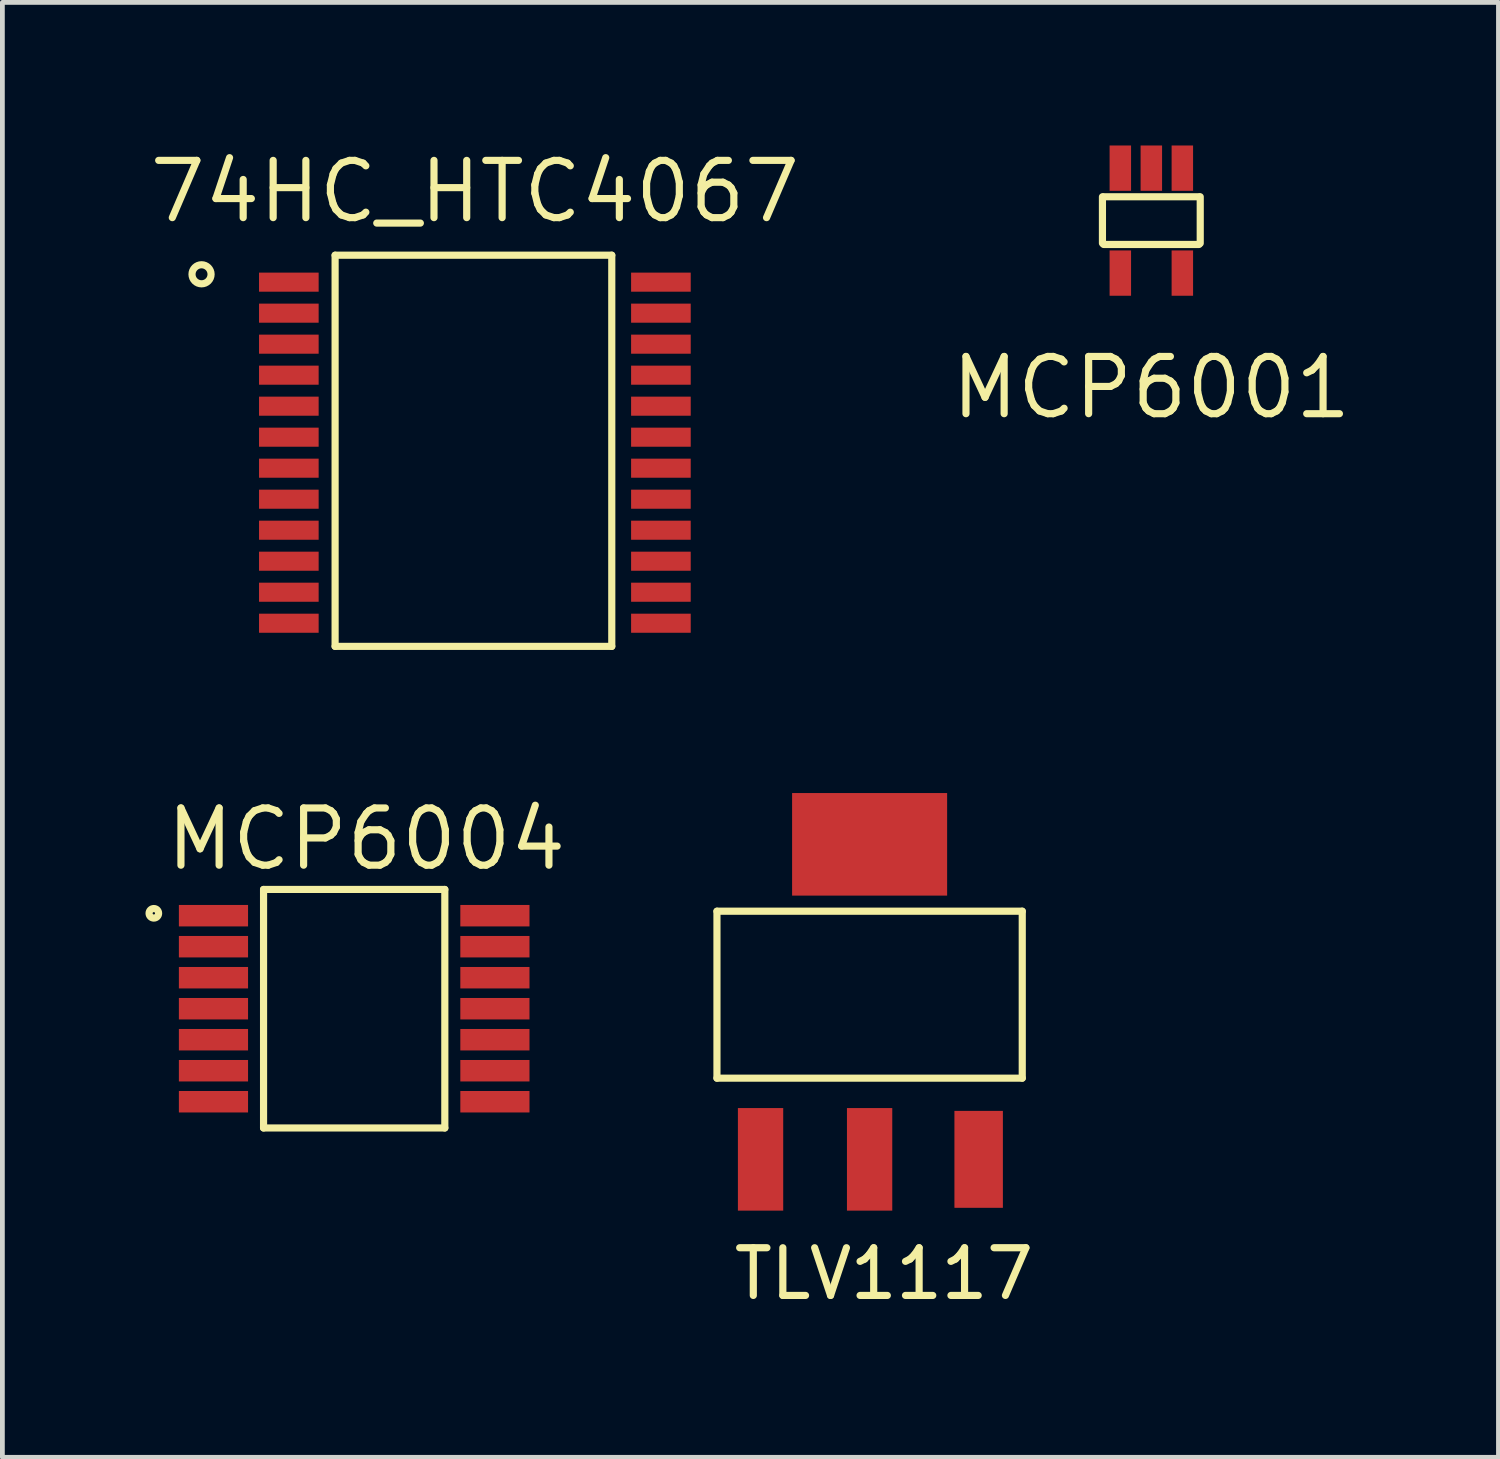
<source format=kicad_pcb>
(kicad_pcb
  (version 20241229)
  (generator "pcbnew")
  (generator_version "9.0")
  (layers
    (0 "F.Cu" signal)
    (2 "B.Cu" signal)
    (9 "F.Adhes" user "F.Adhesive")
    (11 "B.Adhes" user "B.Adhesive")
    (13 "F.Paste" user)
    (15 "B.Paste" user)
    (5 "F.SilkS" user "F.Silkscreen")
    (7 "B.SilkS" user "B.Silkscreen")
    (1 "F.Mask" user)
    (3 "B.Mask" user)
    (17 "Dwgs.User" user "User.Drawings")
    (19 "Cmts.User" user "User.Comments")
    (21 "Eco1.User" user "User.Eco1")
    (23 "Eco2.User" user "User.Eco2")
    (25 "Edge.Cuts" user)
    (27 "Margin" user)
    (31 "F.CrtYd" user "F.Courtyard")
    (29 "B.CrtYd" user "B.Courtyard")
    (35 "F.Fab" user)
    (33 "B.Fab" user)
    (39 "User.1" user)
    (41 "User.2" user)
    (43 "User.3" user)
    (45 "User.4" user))
  (footprint "74HC_HTC4067"
    (layer "F.Cu")
    (at 6.975 6.5)
    (property "Reference" "74HC_HTC4067" (at -0.07 -5.535 0) (layer "F.SilkS") (effects (font (size 1.2 1.2) (thickness 0.15))))
    (attr through_hole)
    (fp_line (start -3 -4.2) (end 2.8 -4.2) (stroke (width 0.15) (type solid)) (layer "F.SilkS"))
    (fp_line (start -3 4) (end -3 -4.2) (stroke (width 0.15) (type solid)) (layer "F.SilkS"))
    (fp_line (start -3 4) (end 2.8 4) (stroke (width 0.15) (type solid)) (layer "F.SilkS"))
    (fp_line (start 2.8 4) (end 2.8 -4.2) (stroke (width 0.15) (type solid)) (layer "F.SilkS"))
    (fp_circle (center -5.8 -3.8) (end -5.6 -3.8) (stroke (width 0.15) (type solid)) (fill no) (layer "F.SilkS"))
    (pad "1" smd rect (at -3.97 -3.635 270) (size 0.4 1.25) (layers "F.Cu" "F.Mask" "F.Paste"))
    (pad "2" smd rect (at -3.97 -2.985 270) (size 0.4 1.25) (layers "F.Cu" "F.Mask" "F.Paste"))
    (pad "3" smd rect (at -3.97 -2.335 270) (size 0.4 1.25) (layers "F.Cu" "F.Mask" "F.Paste"))
    (pad "4" smd rect (at -3.97 -1.685 270) (size 0.4 1.25) (layers "F.Cu" "F.Mask" "F.Paste"))
    (pad "5" smd rect (at -3.97 -1.035 270) (size 0.4 1.25) (layers "F.Cu" "F.Mask" "F.Paste"))
    (pad "6" smd rect (at -3.97 -0.385 270) (size 0.4 1.25) (layers "F.Cu" "F.Mask" "F.Paste"))
    (pad "7" smd rect (at -3.97 0.265 270) (size 0.4 1.25) (layers "F.Cu" "F.Mask" "F.Paste"))
    (pad "8" smd rect (at -3.97 0.915 270) (size 0.4 1.25) (layers "F.Cu" "F.Mask" "F.Paste"))
    (pad "9" smd rect (at -3.97 1.565 270) (size 0.4 1.25) (layers "F.Cu" "F.Mask" "F.Paste"))
    (pad "10" smd rect (at -3.97 2.215 270) (size 0.4 1.25) (layers "F.Cu" "F.Mask" "F.Paste"))
    (pad "11" smd rect (at -3.97 2.865 270) (size 0.4 1.25) (layers "F.Cu" "F.Mask" "F.Paste"))
    (pad "12" smd rect (at -3.97 3.515 270) (size 0.4 1.25) (layers "F.Cu" "F.Mask" "F.Paste"))
    (pad "13" smd rect (at 3.83 3.515 270) (size 0.4 1.25) (layers "F.Cu" "F.Mask" "F.Paste"))
    (pad "14" smd rect (at 3.83 2.865 270) (size 0.4 1.25) (layers "F.Cu" "F.Mask" "F.Paste"))
    (pad "15" smd rect (at 3.83 2.215 270) (size 0.4 1.25) (layers "F.Cu" "F.Mask" "F.Paste"))
    (pad "16" smd rect (at 3.83 1.565 270) (size 0.4 1.25) (layers "F.Cu" "F.Mask" "F.Paste"))
    (pad "17" smd rect (at 3.83 0.915 270) (size 0.4 1.25) (layers "F.Cu" "F.Mask" "F.Paste"))
    (pad "18" smd rect (at 3.83 0.265 270) (size 0.4 1.25) (layers "F.Cu" "F.Mask" "F.Paste"))
    (pad "19" smd rect (at 3.83 -0.385 270) (size 0.4 1.25) (layers "F.Cu" "F.Mask" "F.Paste"))
    (pad "20" smd rect (at 3.83 -1.035 270) (size 0.4 1.25) (layers "F.Cu" "F.Mask" "F.Paste"))
    (pad "21" smd rect (at 3.83 -1.685 270) (size 0.4 1.25) (layers "F.Cu" "F.Mask" "F.Paste"))
    (pad "22" smd rect (at 3.83 -2.335 270) (size 0.4 1.25) (layers "F.Cu" "F.Mask" "F.Paste"))
    (pad "23" smd rect (at 3.83 -2.985 270) (size 0.4 1.25) (layers "F.Cu" "F.Mask" "F.Paste"))
    (pad "24" smd rect (at 3.83 -3.635 270) (size 0.4 1.25) (layers "F.Cu" "F.Mask" "F.Paste")))
  (footprint "TLV1117"
    (layer "F.Cu")
    (at 15.18 17.952)
    (property "Reference" "TLV1117" (at 0.3 5.7 0) (layer "F.SilkS") (effects (font (size 1 1) (thickness 0.15))))
    (attr smd)
    (fp_line (start -3.2 -1.9) (end 3.2 -1.9) (stroke (width 0.15) (type solid)) (layer "F.SilkS"))
    (fp_line (start -3.2 1.6) (end -3.2 -1.9) (stroke (width 0.15) (type solid)) (layer "F.SilkS"))
    (fp_line (start -3.2 1.6) (end 3.2 1.6) (stroke (width 0.15) (type solid)) (layer "F.SilkS"))
    (fp_line (start 3.2 -1.9) (end 3.2 1.6) (stroke (width 0.15) (type solid)) (layer "F.SilkS"))
    (pad "1" smd rect (at -2.286 3.302) (size 0.95 2.15) (layers "F.Cu" "F.Mask" "F.Paste"))
    (pad "2" smd rect (at 0 3.302) (size 0.95 2.15) (layers "F.Cu" "F.Mask" "F.Paste"))
    (pad "3" smd rect (at 2.286 3.302) (size 1.016 2.032) (layers "F.Cu" "F.Mask" "F.Paste"))
    (pad "4" smd rect (at 0 -3.302) (size 3.25 2.15) (layers "F.Cu" "F.Mask" "F.Paste")))
  (footprint "MCP6004"
    (layer "F.Cu")
    (at 4.375 18.096)
    (property "Reference" "MCP6004" (at 0.254 -3.556 0) (layer "F.SilkS") (effects (font (size 1.2 1.2) (thickness 0.15))))
    (attr through_hole)
    (fp_line (start -1.9 2.5) (end -1.9 -2.5) (stroke (width 0.15) (type solid)) (layer "F.SilkS"))
    (fp_line (start 1.9 -2.5) (end -1.9 -2.5) (stroke (width 0.15) (type solid)) (layer "F.SilkS"))
    (fp_line (start 1.9 2.5) (end -1.9 2.5) (stroke (width 0.15) (type solid)) (layer "F.SilkS"))
    (fp_line (start 1.9 2.5) (end 1.9 -2.5) (stroke (width 0.15) (type solid)) (layer "F.SilkS"))
    (fp_circle (center -4.2 -2) (end -4.1 -2) (stroke (width 0.15) (type solid)) (fill no) (layer "F.SilkS"))
    (pad "1" smd rect (at -2.95 -1.95 270) (size 0.45 1.45) (layers "F.Cu" "F.Mask" "F.Paste"))
    (pad "2" smd rect (at -2.95 -1.3 270) (size 0.45 1.45) (layers "F.Cu" "F.Mask" "F.Paste"))
    (pad "3" smd rect (at -2.95 -0.65 270) (size 0.45 1.45) (layers "F.Cu" "F.Mask" "F.Paste"))
    (pad "4" smd rect (at -2.95 0 270) (size 0.45 1.45) (layers "F.Cu" "F.Mask" "F.Paste"))
    (pad "5" smd rect (at -2.95 0.65 270) (size 0.45 1.45) (layers "F.Cu" "F.Mask" "F.Paste"))
    (pad "6" smd rect (at -2.95 1.3 270) (size 0.45 1.45) (layers "F.Cu" "F.Mask" "F.Paste"))
    (pad "7" smd rect (at -2.95 1.95 270) (size 0.45 1.45) (layers "F.Cu" "F.Mask" "F.Paste"))
    (pad "8" smd rect (at 2.95 1.95 270) (size 0.45 1.45) (layers "F.Cu" "F.Mask" "F.Paste"))
    (pad "9" smd rect (at 2.95 1.3 270) (size 0.45 1.45) (layers "F.Cu" "F.Mask" "F.Paste"))
    (pad "10" smd rect (at 2.95 0.65 270) (size 0.45 1.45) (layers "F.Cu" "F.Mask" "F.Paste"))
    (pad "11" smd rect (at 2.95 0 270) (size 0.45 1.45) (layers "F.Cu" "F.Mask" "F.Paste"))
    (pad "12" smd rect (at 2.95 -0.65 270) (size 0.45 1.45) (layers "F.Cu" "F.Mask" "F.Paste"))
    (pad "13" smd rect (at 2.95 -1.3 270) (size 0.45 1.45) (layers "F.Cu" "F.Mask" "F.Paste"))
    (pad "14" smd rect (at 2.95 -1.95 270) (size 0.45 1.45) (layers "F.Cu" "F.Mask" "F.Paste")))
  (footprint "MCP6001"
    (layer "F.Cu")
    (at 21.086 3.075)
    (property "Reference" "MCP6001" (at 0 2 0) (layer "F.SilkS") (effects (font (size 1.2 1.2) (thickness 0.15))))
    (attr through_hole)
    (fp_line (start -1.025 -1.025) (end -1.025 -2) (stroke (width 0.15) (type solid)) (layer "F.SilkS"))
    (fp_line (start -1 -2) (end 1 -2) (stroke (width 0.15) (type solid)) (layer "F.SilkS"))
    (fp_line (start -1 -1) (end 1 -1) (stroke (width 0.15) (type solid)) (layer "F.SilkS"))
    (fp_line (start 1.025 -1.025) (end 1.025 -2) (stroke (width 0.15) (type solid)) (layer "F.SilkS"))
    (pad "1" smd rect (at 0.65 -2.6 180) (size 0.45 0.95) (layers "F.Cu" "F.Mask" "F.Paste"))
    (pad "2" smd rect (at 0 -2.6 180) (size 0.45 0.95) (layers "F.Cu" "F.Mask" "F.Paste"))
    (pad "3" smd rect (at -0.65 -2.6 180) (size 0.45 0.95) (layers "F.Cu" "F.Mask" "F.Paste"))
    (pad "4" smd rect (at -0.65 -0.4 180) (size 0.45 0.95) (layers "F.Cu" "F.Mask" "F.Paste"))
    (pad "5" smd rect (at 0.65 -0.4 180) (size 0.45 0.95) (layers "F.Cu" "F.Mask" "F.Paste")))
  (gr_rect
    (start -3 -3)
    (end 28.363 27.5)
    (stroke (width 0.1) (type default))
    (fill no)
    (layer "Edge.Cuts")))
</source>
